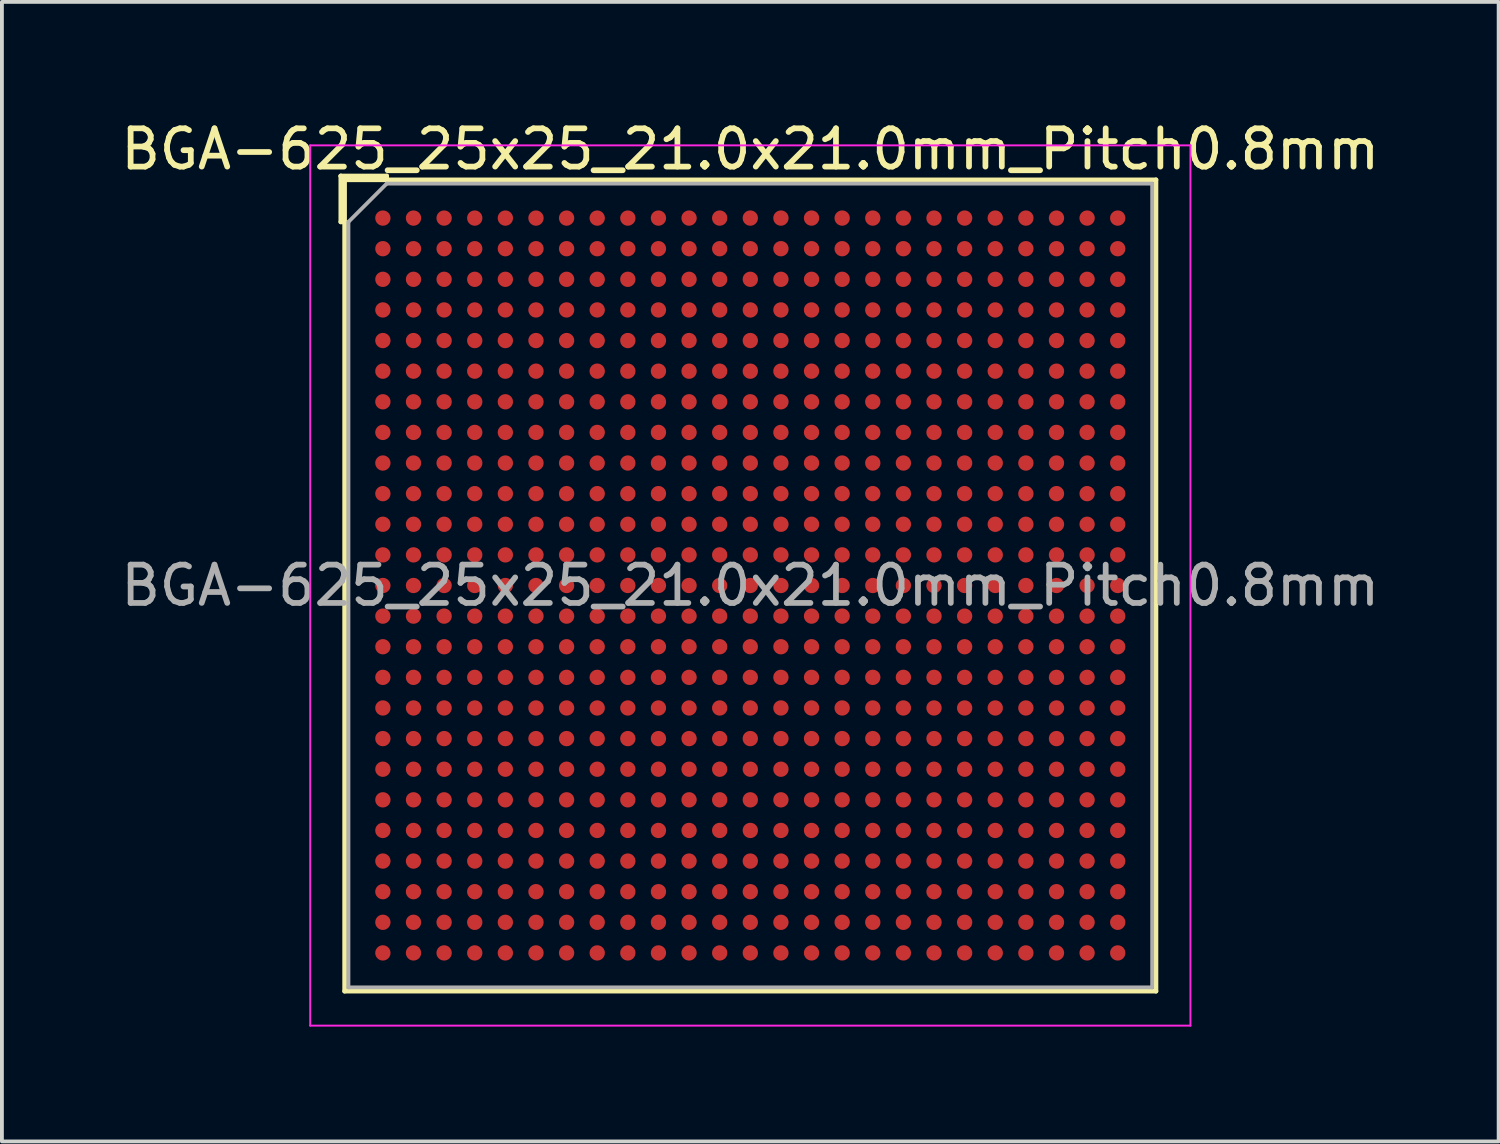
<source format=kicad_pcb>
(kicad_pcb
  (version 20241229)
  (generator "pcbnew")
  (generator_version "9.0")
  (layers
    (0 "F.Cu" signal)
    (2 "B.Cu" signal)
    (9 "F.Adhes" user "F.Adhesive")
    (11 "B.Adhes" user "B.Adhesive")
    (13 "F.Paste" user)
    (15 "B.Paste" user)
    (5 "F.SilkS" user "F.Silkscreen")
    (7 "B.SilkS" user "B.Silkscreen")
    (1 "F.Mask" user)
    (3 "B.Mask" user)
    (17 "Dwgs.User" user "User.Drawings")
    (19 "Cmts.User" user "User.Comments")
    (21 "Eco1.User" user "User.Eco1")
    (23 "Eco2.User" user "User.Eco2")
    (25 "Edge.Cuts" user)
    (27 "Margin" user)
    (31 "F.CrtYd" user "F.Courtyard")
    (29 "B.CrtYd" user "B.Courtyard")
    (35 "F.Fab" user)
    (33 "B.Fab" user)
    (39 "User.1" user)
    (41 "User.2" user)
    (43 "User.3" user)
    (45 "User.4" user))
  (footprint "BGA-625_25x25_21.0x21.0mm_Pitch0.8mm"
    (layer "F.Cu")
    (at 16.554 12.248)
    (property "Reference" "BGA-625_25x25_21.0x21.0mm_Pitch0.8mm" (at 0 -11.4 0) (layer "F.SilkS") (effects (font (size 1 1) (thickness 0.15))))
    (attr smd)
    (fp_line (start -10.7 -10.7) (end -10.7 -9.5) (stroke (width 0.12) (type solid)) (layer "F.SilkS"))
    (fp_line (start -10.7 -9.5) (end -10.6 -9.5) (stroke (width 0.12) (type solid)) (layer "F.SilkS"))
    (fp_line (start -10.6 -10.6) (end -10.7 -10.7) (stroke (width 0.12) (type solid)) (layer "F.SilkS"))
    (fp_line (start -10.6 -10.6) (end 10.6 -10.6) (stroke (width 0.12) (type solid)) (layer "F.SilkS"))
    (fp_line (start -10.6 10.6) (end -10.6 -10.6) (stroke (width 0.12) (type solid)) (layer "F.SilkS"))
    (fp_line (start -9.5 -10.7) (end -10.7 -10.7) (stroke (width 0.12) (type solid)) (layer "F.SilkS"))
    (fp_line (start -9.5 -10.6) (end -9.5 -10.7) (stroke (width 0.12) (type solid)) (layer "F.SilkS"))
    (fp_line (start 10.6 -10.6) (end 10.6 10.6) (stroke (width 0.12) (type solid)) (layer "F.SilkS"))
    (fp_line (start 10.6 10.6) (end -10.6 10.6) (stroke (width 0.12) (type solid)) (layer "F.SilkS"))
    (fp_line (start -11.5 -11.5) (end -11.5 11.5) (stroke (width 0.05) (type solid)) (layer "F.CrtYd"))
    (fp_line (start -11.5 -11.5) (end 11.5 -11.5) (stroke (width 0.05) (type solid)) (layer "F.CrtYd"))
    (fp_line (start 11.5 11.5) (end -11.5 11.5) (stroke (width 0.05) (type solid)) (layer "F.CrtYd"))
    (fp_line (start 11.5 11.5) (end 11.5 -11.5) (stroke (width 0.05) (type solid)) (layer "F.CrtYd"))
    (fp_line (start -10.5 -9.5) (end -9.5 -10.5) (stroke (width 0.1) (type solid)) (layer "F.Fab"))
    (fp_line (start -10.5 10.5) (end -10.5 -9.5) (stroke (width 0.1) (type solid)) (layer "F.Fab"))
    (fp_line (start -9.5 -10.5) (end 10.5 -10.5) (stroke (width 0.1) (type solid)) (layer "F.Fab"))
    (fp_line (start 10.5 -10.5) (end 10.5 10.5) (stroke (width 0.1) (type solid)) (layer "F.Fab"))
    (fp_line (start 10.5 10.5) (end -10.5 10.5) (stroke (width 0.1) (type solid)) (layer "F.Fab"))
    (fp_text user "${REFERENCE}" (at 0 0 0) (layer "F.Fab") (effects (font (size 1 1) (thickness 0.15))))
    (pad "A1" smd circle (at -9.6 -9.6) (size 0.4 0.4) (layers "F.Cu" "F.Mask" "F.Paste"))
    (pad "A2" smd circle (at -8.8 -9.6) (size 0.4 0.4) (layers "F.Cu" "F.Mask" "F.Paste"))
    (pad "A3" smd circle (at -8 -9.6) (size 0.4 0.4) (layers "F.Cu" "F.Mask" "F.Paste"))
    (pad "A4" smd circle (at -7.2 -9.6) (size 0.4 0.4) (layers "F.Cu" "F.Mask" "F.Paste"))
    (pad "A5" smd circle (at -6.4 -9.6) (size 0.4 0.4) (layers "F.Cu" "F.Mask" "F.Paste"))
    (pad "A6" smd circle (at -5.6 -9.6) (size 0.4 0.4) (layers "F.Cu" "F.Mask" "F.Paste"))
    (pad "A7" smd circle (at -4.8 -9.6) (size 0.4 0.4) (layers "F.Cu" "F.Mask" "F.Paste"))
    (pad "A8" smd circle (at -4 -9.6) (size 0.4 0.4) (layers "F.Cu" "F.Mask" "F.Paste"))
    (pad "A9" smd circle (at -3.2 -9.6) (size 0.4 0.4) (layers "F.Cu" "F.Mask" "F.Paste"))
    (pad "A10" smd circle (at -2.4 -9.6) (size 0.4 0.4) (layers "F.Cu" "F.Mask" "F.Paste"))
    (pad "A11" smd circle (at -1.6 -9.6) (size 0.4 0.4) (layers "F.Cu" "F.Mask" "F.Paste"))
    (pad "A12" smd circle (at -0.8 -9.6) (size 0.4 0.4) (layers "F.Cu" "F.Mask" "F.Paste"))
    (pad "A13" smd circle (at 0 -9.6) (size 0.4 0.4) (layers "F.Cu" "F.Mask" "F.Paste"))
    (pad "A14" smd circle (at 0.8 -9.6) (size 0.4 0.4) (layers "F.Cu" "F.Mask" "F.Paste"))
    (pad "A15" smd circle (at 1.6 -9.6) (size 0.4 0.4) (layers "F.Cu" "F.Mask" "F.Paste"))
    (pad "A16" smd circle (at 2.4 -9.6) (size 0.4 0.4) (layers "F.Cu" "F.Mask" "F.Paste"))
    (pad "A17" smd circle (at 3.2 -9.6) (size 0.4 0.4) (layers "F.Cu" "F.Mask" "F.Paste"))
    (pad "A18" smd circle (at 4 -9.6) (size 0.4 0.4) (layers "F.Cu" "F.Mask" "F.Paste"))
    (pad "A19" smd circle (at 4.8 -9.6) (size 0.4 0.4) (layers "F.Cu" "F.Mask" "F.Paste"))
    (pad "A20" smd circle (at 5.6 -9.6) (size 0.4 0.4) (layers "F.Cu" "F.Mask" "F.Paste"))
    (pad "A21" smd circle (at 6.4 -9.6) (size 0.4 0.4) (layers "F.Cu" "F.Mask" "F.Paste"))
    (pad "A22" smd circle (at 7.2 -9.6) (size 0.4 0.4) (layers "F.Cu" "F.Mask" "F.Paste"))
    (pad "A23" smd circle (at 8 -9.6) (size 0.4 0.4) (layers "F.Cu" "F.Mask" "F.Paste"))
    (pad "A24" smd circle (at 8.8 -9.6) (size 0.4 0.4) (layers "F.Cu" "F.Mask" "F.Paste"))
    (pad "A25" smd circle (at 9.6 -9.6) (size 0.4 0.4) (layers "F.Cu" "F.Mask" "F.Paste"))
    (pad "AA1" smd circle (at -9.6 6.4) (size 0.4 0.4) (layers "F.Cu" "F.Mask" "F.Paste"))
    (pad "AA2" smd circle (at -8.8 6.4) (size 0.4 0.4) (layers "F.Cu" "F.Mask" "F.Paste"))
    (pad "AA3" smd circle (at -8 6.4) (size 0.4 0.4) (layers "F.Cu" "F.Mask" "F.Paste"))
    (pad "AA4" smd circle (at -7.2 6.4) (size 0.4 0.4) (layers "F.Cu" "F.Mask" "F.Paste"))
    (pad "AA5" smd circle (at -6.4 6.4) (size 0.4 0.4) (layers "F.Cu" "F.Mask" "F.Paste"))
    (pad "AA6" smd circle (at -5.6 6.4) (size 0.4 0.4) (layers "F.Cu" "F.Mask" "F.Paste"))
    (pad "AA7" smd circle (at -4.8 6.4) (size 0.4 0.4) (layers "F.Cu" "F.Mask" "F.Paste"))
    (pad "AA8" smd circle (at -4 6.4) (size 0.4 0.4) (layers "F.Cu" "F.Mask" "F.Paste"))
    (pad "AA9" smd circle (at -3.2 6.4) (size 0.4 0.4) (layers "F.Cu" "F.Mask" "F.Paste"))
    (pad "AA10" smd circle (at -2.4 6.4) (size 0.4 0.4) (layers "F.Cu" "F.Mask" "F.Paste"))
    (pad "AA11" smd circle (at -1.6 6.4) (size 0.4 0.4) (layers "F.Cu" "F.Mask" "F.Paste"))
    (pad "AA12" smd circle (at -0.8 6.4) (size 0.4 0.4) (layers "F.Cu" "F.Mask" "F.Paste"))
    (pad "AA13" smd circle (at 0 6.4) (size 0.4 0.4) (layers "F.Cu" "F.Mask" "F.Paste"))
    (pad "AA14" smd circle (at 0.8 6.4) (size 0.4 0.4) (layers "F.Cu" "F.Mask" "F.Paste"))
    (pad "AA15" smd circle (at 1.6 6.4) (size 0.4 0.4) (layers "F.Cu" "F.Mask" "F.Paste"))
    (pad "AA16" smd circle (at 2.4 6.4) (size 0.4 0.4) (layers "F.Cu" "F.Mask" "F.Paste"))
    (pad "AA17" smd circle (at 3.2 6.4) (size 0.4 0.4) (layers "F.Cu" "F.Mask" "F.Paste"))
    (pad "AA18" smd circle (at 4 6.4) (size 0.4 0.4) (layers "F.Cu" "F.Mask" "F.Paste"))
    (pad "AA19" smd circle (at 4.8 6.4) (size 0.4 0.4) (layers "F.Cu" "F.Mask" "F.Paste"))
    (pad "AA20" smd circle (at 5.6 6.4) (size 0.4 0.4) (layers "F.Cu" "F.Mask" "F.Paste"))
    (pad "AA21" smd circle (at 6.4 6.4) (size 0.4 0.4) (layers "F.Cu" "F.Mask" "F.Paste"))
    (pad "AA22" smd circle (at 7.2 6.4) (size 0.4 0.4) (layers "F.Cu" "F.Mask" "F.Paste"))
    (pad "AA23" smd circle (at 8 6.4) (size 0.4 0.4) (layers "F.Cu" "F.Mask" "F.Paste"))
    (pad "AA24" smd circle (at 8.8 6.4) (size 0.4 0.4) (layers "F.Cu" "F.Mask" "F.Paste"))
    (pad "AA25" smd circle (at 9.6 6.4) (size 0.4 0.4) (layers "F.Cu" "F.Mask" "F.Paste"))
    (pad "AB1" smd circle (at -9.6 7.2) (size 0.4 0.4) (layers "F.Cu" "F.Mask" "F.Paste"))
    (pad "AB2" smd circle (at -8.8 7.2) (size 0.4 0.4) (layers "F.Cu" "F.Mask" "F.Paste"))
    (pad "AB3" smd circle (at -8 7.2) (size 0.4 0.4) (layers "F.Cu" "F.Mask" "F.Paste"))
    (pad "AB4" smd circle (at -7.2 7.2) (size 0.4 0.4) (layers "F.Cu" "F.Mask" "F.Paste"))
    (pad "AB5" smd circle (at -6.4 7.2) (size 0.4 0.4) (layers "F.Cu" "F.Mask" "F.Paste"))
    (pad "AB6" smd circle (at -5.6 7.2) (size 0.4 0.4) (layers "F.Cu" "F.Mask" "F.Paste"))
    (pad "AB7" smd circle (at -4.8 7.2) (size 0.4 0.4) (layers "F.Cu" "F.Mask" "F.Paste"))
    (pad "AB8" smd circle (at -4 7.2) (size 0.4 0.4) (layers "F.Cu" "F.Mask" "F.Paste"))
    (pad "AB9" smd circle (at -3.2 7.2) (size 0.4 0.4) (layers "F.Cu" "F.Mask" "F.Paste"))
    (pad "AB10" smd circle (at -2.4 7.2) (size 0.4 0.4) (layers "F.Cu" "F.Mask" "F.Paste"))
    (pad "AB11" smd circle (at -1.6 7.2) (size 0.4 0.4) (layers "F.Cu" "F.Mask" "F.Paste"))
    (pad "AB12" smd circle (at -0.8 7.2) (size 0.4 0.4) (layers "F.Cu" "F.Mask" "F.Paste"))
    (pad "AB13" smd circle (at 0 7.2) (size 0.4 0.4) (layers "F.Cu" "F.Mask" "F.Paste"))
    (pad "AB14" smd circle (at 0.8 7.2) (size 0.4 0.4) (layers "F.Cu" "F.Mask" "F.Paste"))
    (pad "AB15" smd circle (at 1.6 7.2) (size 0.4 0.4) (layers "F.Cu" "F.Mask" "F.Paste"))
    (pad "AB16" smd circle (at 2.4 7.2) (size 0.4 0.4) (layers "F.Cu" "F.Mask" "F.Paste"))
    (pad "AB17" smd circle (at 3.2 7.2) (size 0.4 0.4) (layers "F.Cu" "F.Mask" "F.Paste"))
    (pad "AB18" smd circle (at 4 7.2) (size 0.4 0.4) (layers "F.Cu" "F.Mask" "F.Paste"))
    (pad "AB19" smd circle (at 4.8 7.2) (size 0.4 0.4) (layers "F.Cu" "F.Mask" "F.Paste"))
    (pad "AB20" smd circle (at 5.6 7.2) (size 0.4 0.4) (layers "F.Cu" "F.Mask" "F.Paste"))
    (pad "AB21" smd circle (at 6.4 7.2) (size 0.4 0.4) (layers "F.Cu" "F.Mask" "F.Paste"))
    (pad "AB22" smd circle (at 7.2 7.2) (size 0.4 0.4) (layers "F.Cu" "F.Mask" "F.Paste"))
    (pad "AB23" smd circle (at 8 7.2) (size 0.4 0.4) (layers "F.Cu" "F.Mask" "F.Paste"))
    (pad "AB24" smd circle (at 8.8 7.2) (size 0.4 0.4) (layers "F.Cu" "F.Mask" "F.Paste"))
    (pad "AB25" smd circle (at 9.6 7.2) (size 0.4 0.4) (layers "F.Cu" "F.Mask" "F.Paste"))
    (pad "AC1" smd circle (at -9.6 8) (size 0.4 0.4) (layers "F.Cu" "F.Mask" "F.Paste"))
    (pad "AC2" smd circle (at -8.8 8) (size 0.4 0.4) (layers "F.Cu" "F.Mask" "F.Paste"))
    (pad "AC3" smd circle (at -8 8) (size 0.4 0.4) (layers "F.Cu" "F.Mask" "F.Paste"))
    (pad "AC4" smd circle (at -7.2 8) (size 0.4 0.4) (layers "F.Cu" "F.Mask" "F.Paste"))
    (pad "AC5" smd circle (at -6.4 8) (size 0.4 0.4) (layers "F.Cu" "F.Mask" "F.Paste"))
    (pad "AC6" smd circle (at -5.6 8) (size 0.4 0.4) (layers "F.Cu" "F.Mask" "F.Paste"))
    (pad "AC7" smd circle (at -4.8 8) (size 0.4 0.4) (layers "F.Cu" "F.Mask" "F.Paste"))
    (pad "AC8" smd circle (at -4 8) (size 0.4 0.4) (layers "F.Cu" "F.Mask" "F.Paste"))
    (pad "AC9" smd circle (at -3.2 8) (size 0.4 0.4) (layers "F.Cu" "F.Mask" "F.Paste"))
    (pad "AC10" smd circle (at -2.4 8) (size 0.4 0.4) (layers "F.Cu" "F.Mask" "F.Paste"))
    (pad "AC11" smd circle (at -1.6 8) (size 0.4 0.4) (layers "F.Cu" "F.Mask" "F.Paste"))
    (pad "AC12" smd circle (at -0.8 8) (size 0.4 0.4) (layers "F.Cu" "F.Mask" "F.Paste"))
    (pad "AC13" smd circle (at 0 8) (size 0.4 0.4) (layers "F.Cu" "F.Mask" "F.Paste"))
    (pad "AC14" smd circle (at 0.8 8) (size 0.4 0.4) (layers "F.Cu" "F.Mask" "F.Paste"))
    (pad "AC15" smd circle (at 1.6 8) (size 0.4 0.4) (layers "F.Cu" "F.Mask" "F.Paste"))
    (pad "AC16" smd circle (at 2.4 8) (size 0.4 0.4) (layers "F.Cu" "F.Mask" "F.Paste"))
    (pad "AC17" smd circle (at 3.2 8) (size 0.4 0.4) (layers "F.Cu" "F.Mask" "F.Paste"))
    (pad "AC18" smd circle (at 4 8) (size 0.4 0.4) (layers "F.Cu" "F.Mask" "F.Paste"))
    (pad "AC19" smd circle (at 4.8 8) (size 0.4 0.4) (layers "F.Cu" "F.Mask" "F.Paste"))
    (pad "AC20" smd circle (at 5.6 8) (size 0.4 0.4) (layers "F.Cu" "F.Mask" "F.Paste"))
    (pad "AC21" smd circle (at 6.4 8) (size 0.4 0.4) (layers "F.Cu" "F.Mask" "F.Paste"))
    (pad "AC22" smd circle (at 7.2 8) (size 0.4 0.4) (layers "F.Cu" "F.Mask" "F.Paste"))
    (pad "AC23" smd circle (at 8 8) (size 0.4 0.4) (layers "F.Cu" "F.Mask" "F.Paste"))
    (pad "AC24" smd circle (at 8.8 8) (size 0.4 0.4) (layers "F.Cu" "F.Mask" "F.Paste"))
    (pad "AC25" smd circle (at 9.6 8) (size 0.4 0.4) (layers "F.Cu" "F.Mask" "F.Paste"))
    (pad "AD1" smd circle (at -9.6 8.8) (size 0.4 0.4) (layers "F.Cu" "F.Mask" "F.Paste"))
    (pad "AD2" smd circle (at -8.8 8.8) (size 0.4 0.4) (layers "F.Cu" "F.Mask" "F.Paste"))
    (pad "AD3" smd circle (at -8 8.8) (size 0.4 0.4) (layers "F.Cu" "F.Mask" "F.Paste"))
    (pad "AD4" smd circle (at -7.2 8.8) (size 0.4 0.4) (layers "F.Cu" "F.Mask" "F.Paste"))
    (pad "AD5" smd circle (at -6.4 8.8) (size 0.4 0.4) (layers "F.Cu" "F.Mask" "F.Paste"))
    (pad "AD6" smd circle (at -5.6 8.8) (size 0.4 0.4) (layers "F.Cu" "F.Mask" "F.Paste"))
    (pad "AD7" smd circle (at -4.8 8.8) (size 0.4 0.4) (layers "F.Cu" "F.Mask" "F.Paste"))
    (pad "AD8" smd circle (at -4 8.8) (size 0.4 0.4) (layers "F.Cu" "F.Mask" "F.Paste"))
    (pad "AD9" smd circle (at -3.2 8.8) (size 0.4 0.4) (layers "F.Cu" "F.Mask" "F.Paste"))
    (pad "AD10" smd circle (at -2.4 8.8) (size 0.4 0.4) (layers "F.Cu" "F.Mask" "F.Paste"))
    (pad "AD11" smd circle (at -1.6 8.8) (size 0.4 0.4) (layers "F.Cu" "F.Mask" "F.Paste"))
    (pad "AD12" smd circle (at -0.8 8.8) (size 0.4 0.4) (layers "F.Cu" "F.Mask" "F.Paste"))
    (pad "AD13" smd circle (at 0 8.8) (size 0.4 0.4) (layers "F.Cu" "F.Mask" "F.Paste"))
    (pad "AD14" smd circle (at 0.8 8.8) (size 0.4 0.4) (layers "F.Cu" "F.Mask" "F.Paste"))
    (pad "AD15" smd circle (at 1.6 8.8) (size 0.4 0.4) (layers "F.Cu" "F.Mask" "F.Paste"))
    (pad "AD16" smd circle (at 2.4 8.8) (size 0.4 0.4) (layers "F.Cu" "F.Mask" "F.Paste"))
    (pad "AD17" smd circle (at 3.2 8.8) (size 0.4 0.4) (layers "F.Cu" "F.Mask" "F.Paste"))
    (pad "AD18" smd circle (at 4 8.8) (size 0.4 0.4) (layers "F.Cu" "F.Mask" "F.Paste"))
    (pad "AD19" smd circle (at 4.8 8.8) (size 0.4 0.4) (layers "F.Cu" "F.Mask" "F.Paste"))
    (pad "AD20" smd circle (at 5.6 8.8) (size 0.4 0.4) (layers "F.Cu" "F.Mask" "F.Paste"))
    (pad "AD21" smd circle (at 6.4 8.8) (size 0.4 0.4) (layers "F.Cu" "F.Mask" "F.Paste"))
    (pad "AD22" smd circle (at 7.2 8.8) (size 0.4 0.4) (layers "F.Cu" "F.Mask" "F.Paste"))
    (pad "AD23" smd circle (at 8 8.8) (size 0.4 0.4) (layers "F.Cu" "F.Mask" "F.Paste"))
    (pad "AD24" smd circle (at 8.8 8.8) (size 0.4 0.4) (layers "F.Cu" "F.Mask" "F.Paste"))
    (pad "AD25" smd circle (at 9.6 8.8) (size 0.4 0.4) (layers "F.Cu" "F.Mask" "F.Paste"))
    (pad "AE1" smd circle (at -9.6 9.6) (size 0.4 0.4) (layers "F.Cu" "F.Mask" "F.Paste"))
    (pad "AE2" smd circle (at -8.8 9.6) (size 0.4 0.4) (layers "F.Cu" "F.Mask" "F.Paste"))
    (pad "AE3" smd circle (at -8 9.6) (size 0.4 0.4) (layers "F.Cu" "F.Mask" "F.Paste"))
    (pad "AE4" smd circle (at -7.2 9.6) (size 0.4 0.4) (layers "F.Cu" "F.Mask" "F.Paste"))
    (pad "AE5" smd circle (at -6.4 9.6) (size 0.4 0.4) (layers "F.Cu" "F.Mask" "F.Paste"))
    (pad "AE6" smd circle (at -5.6 9.6) (size 0.4 0.4) (layers "F.Cu" "F.Mask" "F.Paste"))
    (pad "AE7" smd circle (at -4.8 9.6) (size 0.4 0.4) (layers "F.Cu" "F.Mask" "F.Paste"))
    (pad "AE8" smd circle (at -4 9.6) (size 0.4 0.4) (layers "F.Cu" "F.Mask" "F.Paste"))
    (pad "AE9" smd circle (at -3.2 9.6) (size 0.4 0.4) (layers "F.Cu" "F.Mask" "F.Paste"))
    (pad "AE10" smd circle (at -2.4 9.6) (size 0.4 0.4) (layers "F.Cu" "F.Mask" "F.Paste"))
    (pad "AE11" smd circle (at -1.6 9.6) (size 0.4 0.4) (layers "F.Cu" "F.Mask" "F.Paste"))
    (pad "AE12" smd circle (at -0.8 9.6) (size 0.4 0.4) (layers "F.Cu" "F.Mask" "F.Paste"))
    (pad "AE13" smd circle (at 0 9.6) (size 0.4 0.4) (layers "F.Cu" "F.Mask" "F.Paste"))
    (pad "AE14" smd circle (at 0.8 9.6) (size 0.4 0.4) (layers "F.Cu" "F.Mask" "F.Paste"))
    (pad "AE15" smd circle (at 1.6 9.6) (size 0.4 0.4) (layers "F.Cu" "F.Mask" "F.Paste"))
    (pad "AE16" smd circle (at 2.4 9.6) (size 0.4 0.4) (layers "F.Cu" "F.Mask" "F.Paste"))
    (pad "AE17" smd circle (at 3.2 9.6) (size 0.4 0.4) (layers "F.Cu" "F.Mask" "F.Paste"))
    (pad "AE18" smd circle (at 4 9.6) (size 0.4 0.4) (layers "F.Cu" "F.Mask" "F.Paste"))
    (pad "AE19" smd circle (at 4.8 9.6) (size 0.4 0.4) (layers "F.Cu" "F.Mask" "F.Paste"))
    (pad "AE20" smd circle (at 5.6 9.6) (size 0.4 0.4) (layers "F.Cu" "F.Mask" "F.Paste"))
    (pad "AE21" smd circle (at 6.4 9.6) (size 0.4 0.4) (layers "F.Cu" "F.Mask" "F.Paste"))
    (pad "AE22" smd circle (at 7.2 9.6) (size 0.4 0.4) (layers "F.Cu" "F.Mask" "F.Paste"))
    (pad "AE23" smd circle (at 8 9.6) (size 0.4 0.4) (layers "F.Cu" "F.Mask" "F.Paste"))
    (pad "AE24" smd circle (at 8.8 9.6) (size 0.4 0.4) (layers "F.Cu" "F.Mask" "F.Paste"))
    (pad "AE25" smd circle (at 9.6 9.6) (size 0.4 0.4) (layers "F.Cu" "F.Mask" "F.Paste"))
    (pad "B1" smd circle (at -9.6 -8.8) (size 0.4 0.4) (layers "F.Cu" "F.Mask" "F.Paste"))
    (pad "B2" smd circle (at -8.8 -8.8) (size 0.4 0.4) (layers "F.Cu" "F.Mask" "F.Paste"))
    (pad "B3" smd circle (at -8 -8.8) (size 0.4 0.4) (layers "F.Cu" "F.Mask" "F.Paste"))
    (pad "B4" smd circle (at -7.2 -8.8) (size 0.4 0.4) (layers "F.Cu" "F.Mask" "F.Paste"))
    (pad "B5" smd circle (at -6.4 -8.8) (size 0.4 0.4) (layers "F.Cu" "F.Mask" "F.Paste"))
    (pad "B6" smd circle (at -5.6 -8.8) (size 0.4 0.4) (layers "F.Cu" "F.Mask" "F.Paste"))
    (pad "B7" smd circle (at -4.8 -8.8) (size 0.4 0.4) (layers "F.Cu" "F.Mask" "F.Paste"))
    (pad "B8" smd circle (at -4 -8.8) (size 0.4 0.4) (layers "F.Cu" "F.Mask" "F.Paste"))
    (pad "B9" smd circle (at -3.2 -8.8) (size 0.4 0.4) (layers "F.Cu" "F.Mask" "F.Paste"))
    (pad "B10" smd circle (at -2.4 -8.8) (size 0.4 0.4) (layers "F.Cu" "F.Mask" "F.Paste"))
    (pad "B11" smd circle (at -1.6 -8.8) (size 0.4 0.4) (layers "F.Cu" "F.Mask" "F.Paste"))
    (pad "B12" smd circle (at -0.8 -8.8) (size 0.4 0.4) (layers "F.Cu" "F.Mask" "F.Paste"))
    (pad "B13" smd circle (at 0 -8.8) (size 0.4 0.4) (layers "F.Cu" "F.Mask" "F.Paste"))
    (pad "B14" smd circle (at 0.8 -8.8) (size 0.4 0.4) (layers "F.Cu" "F.Mask" "F.Paste"))
    (pad "B15" smd circle (at 1.6 -8.8) (size 0.4 0.4) (layers "F.Cu" "F.Mask" "F.Paste"))
    (pad "B16" smd circle (at 2.4 -8.8) (size 0.4 0.4) (layers "F.Cu" "F.Mask" "F.Paste"))
    (pad "B17" smd circle (at 3.2 -8.8) (size 0.4 0.4) (layers "F.Cu" "F.Mask" "F.Paste"))
    (pad "B18" smd circle (at 4 -8.8) (size 0.4 0.4) (layers "F.Cu" "F.Mask" "F.Paste"))
    (pad "B19" smd circle (at 4.8 -8.8) (size 0.4 0.4) (layers "F.Cu" "F.Mask" "F.Paste"))
    (pad "B20" smd circle (at 5.6 -8.8) (size 0.4 0.4) (layers "F.Cu" "F.Mask" "F.Paste"))
    (pad "B21" smd circle (at 6.4 -8.8) (size 0.4 0.4) (layers "F.Cu" "F.Mask" "F.Paste"))
    (pad "B22" smd circle (at 7.2 -8.8) (size 0.4 0.4) (layers "F.Cu" "F.Mask" "F.Paste"))
    (pad "B23" smd circle (at 8 -8.8) (size 0.4 0.4) (layers "F.Cu" "F.Mask" "F.Paste"))
    (pad "B24" smd circle (at 8.8 -8.8) (size 0.4 0.4) (layers "F.Cu" "F.Mask" "F.Paste"))
    (pad "B25" smd circle (at 9.6 -8.8) (size 0.4 0.4) (layers "F.Cu" "F.Mask" "F.Paste"))
    (pad "C1" smd circle (at -9.6 -8) (size 0.4 0.4) (layers "F.Cu" "F.Mask" "F.Paste"))
    (pad "C2" smd circle (at -8.8 -8) (size 0.4 0.4) (layers "F.Cu" "F.Mask" "F.Paste"))
    (pad "C3" smd circle (at -8 -8) (size 0.4 0.4) (layers "F.Cu" "F.Mask" "F.Paste"))
    (pad "C4" smd circle (at -7.2 -8) (size 0.4 0.4) (layers "F.Cu" "F.Mask" "F.Paste"))
    (pad "C5" smd circle (at -6.4 -8) (size 0.4 0.4) (layers "F.Cu" "F.Mask" "F.Paste"))
    (pad "C6" smd circle (at -5.6 -8) (size 0.4 0.4) (layers "F.Cu" "F.Mask" "F.Paste"))
    (pad "C7" smd circle (at -4.8 -8) (size 0.4 0.4) (layers "F.Cu" "F.Mask" "F.Paste"))
    (pad "C8" smd circle (at -4 -8) (size 0.4 0.4) (layers "F.Cu" "F.Mask" "F.Paste"))
    (pad "C9" smd circle (at -3.2 -8) (size 0.4 0.4) (layers "F.Cu" "F.Mask" "F.Paste"))
    (pad "C10" smd circle (at -2.4 -8) (size 0.4 0.4) (layers "F.Cu" "F.Mask" "F.Paste"))
    (pad "C11" smd circle (at -1.6 -8) (size 0.4 0.4) (layers "F.Cu" "F.Mask" "F.Paste"))
    (pad "C12" smd circle (at -0.8 -8) (size 0.4 0.4) (layers "F.Cu" "F.Mask" "F.Paste"))
    (pad "C13" smd circle (at 0 -8) (size 0.4 0.4) (layers "F.Cu" "F.Mask" "F.Paste"))
    (pad "C14" smd circle (at 0.8 -8) (size 0.4 0.4) (layers "F.Cu" "F.Mask" "F.Paste"))
    (pad "C15" smd circle (at 1.6 -8) (size 0.4 0.4) (layers "F.Cu" "F.Mask" "F.Paste"))
    (pad "C16" smd circle (at 2.4 -8) (size 0.4 0.4) (layers "F.Cu" "F.Mask" "F.Paste"))
    (pad "C17" smd circle (at 3.2 -8) (size 0.4 0.4) (layers "F.Cu" "F.Mask" "F.Paste"))
    (pad "C18" smd circle (at 4 -8) (size 0.4 0.4) (layers "F.Cu" "F.Mask" "F.Paste"))
    (pad "C19" smd circle (at 4.8 -8) (size 0.4 0.4) (layers "F.Cu" "F.Mask" "F.Paste"))
    (pad "C20" smd circle (at 5.6 -8) (size 0.4 0.4) (layers "F.Cu" "F.Mask" "F.Paste"))
    (pad "C21" smd circle (at 6.4 -8) (size 0.4 0.4) (layers "F.Cu" "F.Mask" "F.Paste"))
    (pad "C22" smd circle (at 7.2 -8) (size 0.4 0.4) (layers "F.Cu" "F.Mask" "F.Paste"))
    (pad "C23" smd circle (at 8 -8) (size 0.4 0.4) (layers "F.Cu" "F.Mask" "F.Paste"))
    (pad "C24" smd circle (at 8.8 -8) (size 0.4 0.4) (layers "F.Cu" "F.Mask" "F.Paste"))
    (pad "C25" smd circle (at 9.6 -8) (size 0.4 0.4) (layers "F.Cu" "F.Mask" "F.Paste"))
    (pad "D1" smd circle (at -9.6 -7.2) (size 0.4 0.4) (layers "F.Cu" "F.Mask" "F.Paste"))
    (pad "D2" smd circle (at -8.8 -7.2) (size 0.4 0.4) (layers "F.Cu" "F.Mask" "F.Paste"))
    (pad "D3" smd circle (at -8 -7.2) (size 0.4 0.4) (layers "F.Cu" "F.Mask" "F.Paste"))
    (pad "D4" smd circle (at -7.2 -7.2) (size 0.4 0.4) (layers "F.Cu" "F.Mask" "F.Paste"))
    (pad "D5" smd circle (at -6.4 -7.2) (size 0.4 0.4) (layers "F.Cu" "F.Mask" "F.Paste"))
    (pad "D6" smd circle (at -5.6 -7.2) (size 0.4 0.4) (layers "F.Cu" "F.Mask" "F.Paste"))
    (pad "D7" smd circle (at -4.8 -7.2) (size 0.4 0.4) (layers "F.Cu" "F.Mask" "F.Paste"))
    (pad "D8" smd circle (at -4 -7.2) (size 0.4 0.4) (layers "F.Cu" "F.Mask" "F.Paste"))
    (pad "D9" smd circle (at -3.2 -7.2) (size 0.4 0.4) (layers "F.Cu" "F.Mask" "F.Paste"))
    (pad "D10" smd circle (at -2.4 -7.2) (size 0.4 0.4) (layers "F.Cu" "F.Mask" "F.Paste"))
    (pad "D11" smd circle (at -1.6 -7.2) (size 0.4 0.4) (layers "F.Cu" "F.Mask" "F.Paste"))
    (pad "D12" smd circle (at -0.8 -7.2) (size 0.4 0.4) (layers "F.Cu" "F.Mask" "F.Paste"))
    (pad "D13" smd circle (at 0 -7.2) (size 0.4 0.4) (layers "F.Cu" "F.Mask" "F.Paste"))
    (pad "D14" smd circle (at 0.8 -7.2) (size 0.4 0.4) (layers "F.Cu" "F.Mask" "F.Paste"))
    (pad "D15" smd circle (at 1.6 -7.2) (size 0.4 0.4) (layers "F.Cu" "F.Mask" "F.Paste"))
    (pad "D16" smd circle (at 2.4 -7.2) (size 0.4 0.4) (layers "F.Cu" "F.Mask" "F.Paste"))
    (pad "D17" smd circle (at 3.2 -7.2) (size 0.4 0.4) (layers "F.Cu" "F.Mask" "F.Paste"))
    (pad "D18" smd circle (at 4 -7.2) (size 0.4 0.4) (layers "F.Cu" "F.Mask" "F.Paste"))
    (pad "D19" smd circle (at 4.8 -7.2) (size 0.4 0.4) (layers "F.Cu" "F.Mask" "F.Paste"))
    (pad "D20" smd circle (at 5.6 -7.2) (size 0.4 0.4) (layers "F.Cu" "F.Mask" "F.Paste"))
    (pad "D21" smd circle (at 6.4 -7.2) (size 0.4 0.4) (layers "F.Cu" "F.Mask" "F.Paste"))
    (pad "D22" smd circle (at 7.2 -7.2) (size 0.4 0.4) (layers "F.Cu" "F.Mask" "F.Paste"))
    (pad "D23" smd circle (at 8 -7.2) (size 0.4 0.4) (layers "F.Cu" "F.Mask" "F.Paste"))
    (pad "D24" smd circle (at 8.8 -7.2) (size 0.4 0.4) (layers "F.Cu" "F.Mask" "F.Paste"))
    (pad "D25" smd circle (at 9.6 -7.2) (size 0.4 0.4) (layers "F.Cu" "F.Mask" "F.Paste"))
    (pad "E1" smd circle (at -9.6 -6.4) (size 0.4 0.4) (layers "F.Cu" "F.Mask" "F.Paste"))
    (pad "E2" smd circle (at -8.8 -6.4) (size 0.4 0.4) (layers "F.Cu" "F.Mask" "F.Paste"))
    (pad "E3" smd circle (at -8 -6.4) (size 0.4 0.4) (layers "F.Cu" "F.Mask" "F.Paste"))
    (pad "E4" smd circle (at -7.2 -6.4) (size 0.4 0.4) (layers "F.Cu" "F.Mask" "F.Paste"))
    (pad "E5" smd circle (at -6.4 -6.4) (size 0.4 0.4) (layers "F.Cu" "F.Mask" "F.Paste"))
    (pad "E6" smd circle (at -5.6 -6.4) (size 0.4 0.4) (layers "F.Cu" "F.Mask" "F.Paste"))
    (pad "E7" smd circle (at -4.8 -6.4) (size 0.4 0.4) (layers "F.Cu" "F.Mask" "F.Paste"))
    (pad "E8" smd circle (at -4 -6.4) (size 0.4 0.4) (layers "F.Cu" "F.Mask" "F.Paste"))
    (pad "E9" smd circle (at -3.2 -6.4) (size 0.4 0.4) (layers "F.Cu" "F.Mask" "F.Paste"))
    (pad "E10" smd circle (at -2.4 -6.4) (size 0.4 0.4) (layers "F.Cu" "F.Mask" "F.Paste"))
    (pad "E11" smd circle (at -1.6 -6.4) (size 0.4 0.4) (layers "F.Cu" "F.Mask" "F.Paste"))
    (pad "E12" smd circle (at -0.8 -6.4) (size 0.4 0.4) (layers "F.Cu" "F.Mask" "F.Paste"))
    (pad "E13" smd circle (at 0 -6.4) (size 0.4 0.4) (layers "F.Cu" "F.Mask" "F.Paste"))
    (pad "E14" smd circle (at 0.8 -6.4) (size 0.4 0.4) (layers "F.Cu" "F.Mask" "F.Paste"))
    (pad "E15" smd circle (at 1.6 -6.4) (size 0.4 0.4) (layers "F.Cu" "F.Mask" "F.Paste"))
    (pad "E16" smd circle (at 2.4 -6.4) (size 0.4 0.4) (layers "F.Cu" "F.Mask" "F.Paste"))
    (pad "E17" smd circle (at 3.2 -6.4) (size 0.4 0.4) (layers "F.Cu" "F.Mask" "F.Paste"))
    (pad "E18" smd circle (at 4 -6.4) (size 0.4 0.4) (layers "F.Cu" "F.Mask" "F.Paste"))
    (pad "E19" smd circle (at 4.8 -6.4) (size 0.4 0.4) (layers "F.Cu" "F.Mask" "F.Paste"))
    (pad "E20" smd circle (at 5.6 -6.4) (size 0.4 0.4) (layers "F.Cu" "F.Mask" "F.Paste"))
    (pad "E21" smd circle (at 6.4 -6.4) (size 0.4 0.4) (layers "F.Cu" "F.Mask" "F.Paste"))
    (pad "E22" smd circle (at 7.2 -6.4) (size 0.4 0.4) (layers "F.Cu" "F.Mask" "F.Paste"))
    (pad "E23" smd circle (at 8 -6.4) (size 0.4 0.4) (layers "F.Cu" "F.Mask" "F.Paste"))
    (pad "E24" smd circle (at 8.8 -6.4) (size 0.4 0.4) (layers "F.Cu" "F.Mask" "F.Paste"))
    (pad "E25" smd circle (at 9.6 -6.4) (size 0.4 0.4) (layers "F.Cu" "F.Mask" "F.Paste"))
    (pad "F1" smd circle (at -9.6 -5.6) (size 0.4 0.4) (layers "F.Cu" "F.Mask" "F.Paste"))
    (pad "F2" smd circle (at -8.8 -5.6) (size 0.4 0.4) (layers "F.Cu" "F.Mask" "F.Paste"))
    (pad "F3" smd circle (at -8 -5.6) (size 0.4 0.4) (layers "F.Cu" "F.Mask" "F.Paste"))
    (pad "F4" smd circle (at -7.2 -5.6) (size 0.4 0.4) (layers "F.Cu" "F.Mask" "F.Paste"))
    (pad "F5" smd circle (at -6.4 -5.6) (size 0.4 0.4) (layers "F.Cu" "F.Mask" "F.Paste"))
    (pad "F6" smd circle (at -5.6 -5.6) (size 0.4 0.4) (layers "F.Cu" "F.Mask" "F.Paste"))
    (pad "F7" smd circle (at -4.8 -5.6) (size 0.4 0.4) (layers "F.Cu" "F.Mask" "F.Paste"))
    (pad "F8" smd circle (at -4 -5.6) (size 0.4 0.4) (layers "F.Cu" "F.Mask" "F.Paste"))
    (pad "F9" smd circle (at -3.2 -5.6) (size 0.4 0.4) (layers "F.Cu" "F.Mask" "F.Paste"))
    (pad "F10" smd circle (at -2.4 -5.6) (size 0.4 0.4) (layers "F.Cu" "F.Mask" "F.Paste"))
    (pad "F11" smd circle (at -1.6 -5.6) (size 0.4 0.4) (layers "F.Cu" "F.Mask" "F.Paste"))
    (pad "F12" smd circle (at -0.8 -5.6) (size 0.4 0.4) (layers "F.Cu" "F.Mask" "F.Paste"))
    (pad "F13" smd circle (at 0 -5.6) (size 0.4 0.4) (layers "F.Cu" "F.Mask" "F.Paste"))
    (pad "F14" smd circle (at 0.8 -5.6) (size 0.4 0.4) (layers "F.Cu" "F.Mask" "F.Paste"))
    (pad "F15" smd circle (at 1.6 -5.6) (size 0.4 0.4) (layers "F.Cu" "F.Mask" "F.Paste"))
    (pad "F16" smd circle (at 2.4 -5.6) (size 0.4 0.4) (layers "F.Cu" "F.Mask" "F.Paste"))
    (pad "F17" smd circle (at 3.2 -5.6) (size 0.4 0.4) (layers "F.Cu" "F.Mask" "F.Paste"))
    (pad "F18" smd circle (at 4 -5.6) (size 0.4 0.4) (layers "F.Cu" "F.Mask" "F.Paste"))
    (pad "F19" smd circle (at 4.8 -5.6) (size 0.4 0.4) (layers "F.Cu" "F.Mask" "F.Paste"))
    (pad "F20" smd circle (at 5.6 -5.6) (size 0.4 0.4) (layers "F.Cu" "F.Mask" "F.Paste"))
    (pad "F21" smd circle (at 6.4 -5.6) (size 0.4 0.4) (layers "F.Cu" "F.Mask" "F.Paste"))
    (pad "F22" smd circle (at 7.2 -5.6) (size 0.4 0.4) (layers "F.Cu" "F.Mask" "F.Paste"))
    (pad "F23" smd circle (at 8 -5.6) (size 0.4 0.4) (layers "F.Cu" "F.Mask" "F.Paste"))
    (pad "F24" smd circle (at 8.8 -5.6) (size 0.4 0.4) (layers "F.Cu" "F.Mask" "F.Paste"))
    (pad "F25" smd circle (at 9.6 -5.6) (size 0.4 0.4) (layers "F.Cu" "F.Mask" "F.Paste"))
    (pad "G1" smd circle (at -9.6 -4.8) (size 0.4 0.4) (layers "F.Cu" "F.Mask" "F.Paste"))
    (pad "G2" smd circle (at -8.8 -4.8) (size 0.4 0.4) (layers "F.Cu" "F.Mask" "F.Paste"))
    (pad "G3" smd circle (at -8 -4.8) (size 0.4 0.4) (layers "F.Cu" "F.Mask" "F.Paste"))
    (pad "G4" smd circle (at -7.2 -4.8) (size 0.4 0.4) (layers "F.Cu" "F.Mask" "F.Paste"))
    (pad "G5" smd circle (at -6.4 -4.8) (size 0.4 0.4) (layers "F.Cu" "F.Mask" "F.Paste"))
    (pad "G6" smd circle (at -5.6 -4.8) (size 0.4 0.4) (layers "F.Cu" "F.Mask" "F.Paste"))
    (pad "G7" smd circle (at -4.8 -4.8) (size 0.4 0.4) (layers "F.Cu" "F.Mask" "F.Paste"))
    (pad "G8" smd circle (at -4 -4.8) (size 0.4 0.4) (layers "F.Cu" "F.Mask" "F.Paste"))
    (pad "G9" smd circle (at -3.2 -4.8) (size 0.4 0.4) (layers "F.Cu" "F.Mask" "F.Paste"))
    (pad "G10" smd circle (at -2.4 -4.8) (size 0.4 0.4) (layers "F.Cu" "F.Mask" "F.Paste"))
    (pad "G11" smd circle (at -1.6 -4.8) (size 0.4 0.4) (layers "F.Cu" "F.Mask" "F.Paste"))
    (pad "G12" smd circle (at -0.8 -4.8) (size 0.4 0.4) (layers "F.Cu" "F.Mask" "F.Paste"))
    (pad "G13" smd circle (at 0 -4.8) (size 0.4 0.4) (layers "F.Cu" "F.Mask" "F.Paste"))
    (pad "G14" smd circle (at 0.8 -4.8) (size 0.4 0.4) (layers "F.Cu" "F.Mask" "F.Paste"))
    (pad "G15" smd circle (at 1.6 -4.8) (size 0.4 0.4) (layers "F.Cu" "F.Mask" "F.Paste"))
    (pad "G16" smd circle (at 2.4 -4.8) (size 0.4 0.4) (layers "F.Cu" "F.Mask" "F.Paste"))
    (pad "G17" smd circle (at 3.2 -4.8) (size 0.4 0.4) (layers "F.Cu" "F.Mask" "F.Paste"))
    (pad "G18" smd circle (at 4 -4.8) (size 0.4 0.4) (layers "F.Cu" "F.Mask" "F.Paste"))
    (pad "G19" smd circle (at 4.8 -4.8) (size 0.4 0.4) (layers "F.Cu" "F.Mask" "F.Paste"))
    (pad "G20" smd circle (at 5.6 -4.8) (size 0.4 0.4) (layers "F.Cu" "F.Mask" "F.Paste"))
    (pad "G21" smd circle (at 6.4 -4.8) (size 0.4 0.4) (layers "F.Cu" "F.Mask" "F.Paste"))
    (pad "G22" smd circle (at 7.2 -4.8) (size 0.4 0.4) (layers "F.Cu" "F.Mask" "F.Paste"))
    (pad "G23" smd circle (at 8 -4.8) (size 0.4 0.4) (layers "F.Cu" "F.Mask" "F.Paste"))
    (pad "G24" smd circle (at 8.8 -4.8) (size 0.4 0.4) (layers "F.Cu" "F.Mask" "F.Paste"))
    (pad "G25" smd circle (at 9.6 -4.8) (size 0.4 0.4) (layers "F.Cu" "F.Mask" "F.Paste"))
    (pad "H1" smd circle (at -9.6 -4) (size 0.4 0.4) (layers "F.Cu" "F.Mask" "F.Paste"))
    (pad "H2" smd circle (at -8.8 -4) (size 0.4 0.4) (layers "F.Cu" "F.Mask" "F.Paste"))
    (pad "H3" smd circle (at -8 -4) (size 0.4 0.4) (layers "F.Cu" "F.Mask" "F.Paste"))
    (pad "H4" smd circle (at -7.2 -4) (size 0.4 0.4) (layers "F.Cu" "F.Mask" "F.Paste"))
    (pad "H5" smd circle (at -6.4 -4) (size 0.4 0.4) (layers "F.Cu" "F.Mask" "F.Paste"))
    (pad "H6" smd circle (at -5.6 -4) (size 0.4 0.4) (layers "F.Cu" "F.Mask" "F.Paste"))
    (pad "H7" smd circle (at -4.8 -4) (size 0.4 0.4) (layers "F.Cu" "F.Mask" "F.Paste"))
    (pad "H8" smd circle (at -4 -4) (size 0.4 0.4) (layers "F.Cu" "F.Mask" "F.Paste"))
    (pad "H9" smd circle (at -3.2 -4) (size 0.4 0.4) (layers "F.Cu" "F.Mask" "F.Paste"))
    (pad "H10" smd circle (at -2.4 -4) (size 0.4 0.4) (layers "F.Cu" "F.Mask" "F.Paste"))
    (pad "H11" smd circle (at -1.6 -4) (size 0.4 0.4) (layers "F.Cu" "F.Mask" "F.Paste"))
    (pad "H12" smd circle (at -0.8 -4) (size 0.4 0.4) (layers "F.Cu" "F.Mask" "F.Paste"))
    (pad "H13" smd circle (at 0 -4) (size 0.4 0.4) (layers "F.Cu" "F.Mask" "F.Paste"))
    (pad "H14" smd circle (at 0.8 -4) (size 0.4 0.4) (layers "F.Cu" "F.Mask" "F.Paste"))
    (pad "H15" smd circle (at 1.6 -4) (size 0.4 0.4) (layers "F.Cu" "F.Mask" "F.Paste"))
    (pad "H16" smd circle (at 2.4 -4) (size 0.4 0.4) (layers "F.Cu" "F.Mask" "F.Paste"))
    (pad "H17" smd circle (at 3.2 -4) (size 0.4 0.4) (layers "F.Cu" "F.Mask" "F.Paste"))
    (pad "H18" smd circle (at 4 -4) (size 0.4 0.4) (layers "F.Cu" "F.Mask" "F.Paste"))
    (pad "H19" smd circle (at 4.8 -4) (size 0.4 0.4) (layers "F.Cu" "F.Mask" "F.Paste"))
    (pad "H20" smd circle (at 5.6 -4) (size 0.4 0.4) (layers "F.Cu" "F.Mask" "F.Paste"))
    (pad "H21" smd circle (at 6.4 -4) (size 0.4 0.4) (layers "F.Cu" "F.Mask" "F.Paste"))
    (pad "H22" smd circle (at 7.2 -4) (size 0.4 0.4) (layers "F.Cu" "F.Mask" "F.Paste"))
    (pad "H23" smd circle (at 8 -4) (size 0.4 0.4) (layers "F.Cu" "F.Mask" "F.Paste"))
    (pad "H24" smd circle (at 8.8 -4) (size 0.4 0.4) (layers "F.Cu" "F.Mask" "F.Paste"))
    (pad "H25" smd circle (at 9.6 -4) (size 0.4 0.4) (layers "F.Cu" "F.Mask" "F.Paste"))
    (pad "J1" smd circle (at -9.6 -3.2) (size 0.4 0.4) (layers "F.Cu" "F.Mask" "F.Paste"))
    (pad "J2" smd circle (at -8.8 -3.2) (size 0.4 0.4) (layers "F.Cu" "F.Mask" "F.Paste"))
    (pad "J3" smd circle (at -8 -3.2) (size 0.4 0.4) (layers "F.Cu" "F.Mask" "F.Paste"))
    (pad "J4" smd circle (at -7.2 -3.2) (size 0.4 0.4) (layers "F.Cu" "F.Mask" "F.Paste"))
    (pad "J5" smd circle (at -6.4 -3.2) (size 0.4 0.4) (layers "F.Cu" "F.Mask" "F.Paste"))
    (pad "J6" smd circle (at -5.6 -3.2) (size 0.4 0.4) (layers "F.Cu" "F.Mask" "F.Paste"))
    (pad "J7" smd circle (at -4.8 -3.2) (size 0.4 0.4) (layers "F.Cu" "F.Mask" "F.Paste"))
    (pad "J8" smd circle (at -4 -3.2) (size 0.4 0.4) (layers "F.Cu" "F.Mask" "F.Paste"))
    (pad "J9" smd circle (at -3.2 -3.2) (size 0.4 0.4) (layers "F.Cu" "F.Mask" "F.Paste"))
    (pad "J10" smd circle (at -2.4 -3.2) (size 0.4 0.4) (layers "F.Cu" "F.Mask" "F.Paste"))
    (pad "J11" smd circle (at -1.6 -3.2) (size 0.4 0.4) (layers "F.Cu" "F.Mask" "F.Paste"))
    (pad "J12" smd circle (at -0.8 -3.2) (size 0.4 0.4) (layers "F.Cu" "F.Mask" "F.Paste"))
    (pad "J13" smd circle (at 0 -3.2) (size 0.4 0.4) (layers "F.Cu" "F.Mask" "F.Paste"))
    (pad "J14" smd circle (at 0.8 -3.2) (size 0.4 0.4) (layers "F.Cu" "F.Mask" "F.Paste"))
    (pad "J15" smd circle (at 1.6 -3.2) (size 0.4 0.4) (layers "F.Cu" "F.Mask" "F.Paste"))
    (pad "J16" smd circle (at 2.4 -3.2) (size 0.4 0.4) (layers "F.Cu" "F.Mask" "F.Paste"))
    (pad "J17" smd circle (at 3.2 -3.2) (size 0.4 0.4) (layers "F.Cu" "F.Mask" "F.Paste"))
    (pad "J18" smd circle (at 4 -3.2) (size 0.4 0.4) (layers "F.Cu" "F.Mask" "F.Paste"))
    (pad "J19" smd circle (at 4.8 -3.2) (size 0.4 0.4) (layers "F.Cu" "F.Mask" "F.Paste"))
    (pad "J20" smd circle (at 5.6 -3.2) (size 0.4 0.4) (layers "F.Cu" "F.Mask" "F.Paste"))
    (pad "J21" smd circle (at 6.4 -3.2) (size 0.4 0.4) (layers "F.Cu" "F.Mask" "F.Paste"))
    (pad "J22" smd circle (at 7.2 -3.2) (size 0.4 0.4) (layers "F.Cu" "F.Mask" "F.Paste"))
    (pad "J23" smd circle (at 8 -3.2) (size 0.4 0.4) (layers "F.Cu" "F.Mask" "F.Paste"))
    (pad "J24" smd circle (at 8.8 -3.2) (size 0.4 0.4) (layers "F.Cu" "F.Mask" "F.Paste"))
    (pad "J25" smd circle (at 9.6 -3.2) (size 0.4 0.4) (layers "F.Cu" "F.Mask" "F.Paste"))
    (pad "K1" smd circle (at -9.6 -2.4) (size 0.4 0.4) (layers "F.Cu" "F.Mask" "F.Paste"))
    (pad "K2" smd circle (at -8.8 -2.4) (size 0.4 0.4) (layers "F.Cu" "F.Mask" "F.Paste"))
    (pad "K3" smd circle (at -8 -2.4) (size 0.4 0.4) (layers "F.Cu" "F.Mask" "F.Paste"))
    (pad "K4" smd circle (at -7.2 -2.4) (size 0.4 0.4) (layers "F.Cu" "F.Mask" "F.Paste"))
    (pad "K5" smd circle (at -6.4 -2.4) (size 0.4 0.4) (layers "F.Cu" "F.Mask" "F.Paste"))
    (pad "K6" smd circle (at -5.6 -2.4) (size 0.4 0.4) (layers "F.Cu" "F.Mask" "F.Paste"))
    (pad "K7" smd circle (at -4.8 -2.4) (size 0.4 0.4) (layers "F.Cu" "F.Mask" "F.Paste"))
    (pad "K8" smd circle (at -4 -2.4) (size 0.4 0.4) (layers "F.Cu" "F.Mask" "F.Paste"))
    (pad "K9" smd circle (at -3.2 -2.4) (size 0.4 0.4) (layers "F.Cu" "F.Mask" "F.Paste"))
    (pad "K10" smd circle (at -2.4 -2.4) (size 0.4 0.4) (layers "F.Cu" "F.Mask" "F.Paste"))
    (pad "K11" smd circle (at -1.6 -2.4) (size 0.4 0.4) (layers "F.Cu" "F.Mask" "F.Paste"))
    (pad "K12" smd circle (at -0.8 -2.4) (size 0.4 0.4) (layers "F.Cu" "F.Mask" "F.Paste"))
    (pad "K13" smd circle (at 0 -2.4) (size 0.4 0.4) (layers "F.Cu" "F.Mask" "F.Paste"))
    (pad "K14" smd circle (at 0.8 -2.4) (size 0.4 0.4) (layers "F.Cu" "F.Mask" "F.Paste"))
    (pad "K15" smd circle (at 1.6 -2.4) (size 0.4 0.4) (layers "F.Cu" "F.Mask" "F.Paste"))
    (pad "K16" smd circle (at 2.4 -2.4) (size 0.4 0.4) (layers "F.Cu" "F.Mask" "F.Paste"))
    (pad "K17" smd circle (at 3.2 -2.4) (size 0.4 0.4) (layers "F.Cu" "F.Mask" "F.Paste"))
    (pad "K18" smd circle (at 4 -2.4) (size 0.4 0.4) (layers "F.Cu" "F.Mask" "F.Paste"))
    (pad "K19" smd circle (at 4.8 -2.4) (size 0.4 0.4) (layers "F.Cu" "F.Mask" "F.Paste"))
    (pad "K20" smd circle (at 5.6 -2.4) (size 0.4 0.4) (layers "F.Cu" "F.Mask" "F.Paste"))
    (pad "K21" smd circle (at 6.4 -2.4) (size 0.4 0.4) (layers "F.Cu" "F.Mask" "F.Paste"))
    (pad "K22" smd circle (at 7.2 -2.4) (size 0.4 0.4) (layers "F.Cu" "F.Mask" "F.Paste"))
    (pad "K23" smd circle (at 8 -2.4) (size 0.4 0.4) (layers "F.Cu" "F.Mask" "F.Paste"))
    (pad "K24" smd circle (at 8.8 -2.4) (size 0.4 0.4) (layers "F.Cu" "F.Mask" "F.Paste"))
    (pad "K25" smd circle (at 9.6 -2.4) (size 0.4 0.4) (layers "F.Cu" "F.Mask" "F.Paste"))
    (pad "L1" smd circle (at -9.6 -1.6) (size 0.4 0.4) (layers "F.Cu" "F.Mask" "F.Paste"))
    (pad "L2" smd circle (at -8.8 -1.6) (size 0.4 0.4) (layers "F.Cu" "F.Mask" "F.Paste"))
    (pad "L3" smd circle (at -8 -1.6) (size 0.4 0.4) (layers "F.Cu" "F.Mask" "F.Paste"))
    (pad "L4" smd circle (at -7.2 -1.6) (size 0.4 0.4) (layers "F.Cu" "F.Mask" "F.Paste"))
    (pad "L5" smd circle (at -6.4 -1.6) (size 0.4 0.4) (layers "F.Cu" "F.Mask" "F.Paste"))
    (pad "L6" smd circle (at -5.6 -1.6) (size 0.4 0.4) (layers "F.Cu" "F.Mask" "F.Paste"))
    (pad "L7" smd circle (at -4.8 -1.6) (size 0.4 0.4) (layers "F.Cu" "F.Mask" "F.Paste"))
    (pad "L8" smd circle (at -4 -1.6) (size 0.4 0.4) (layers "F.Cu" "F.Mask" "F.Paste"))
    (pad "L9" smd circle (at -3.2 -1.6) (size 0.4 0.4) (layers "F.Cu" "F.Mask" "F.Paste"))
    (pad "L10" smd circle (at -2.4 -1.6) (size 0.4 0.4) (layers "F.Cu" "F.Mask" "F.Paste"))
    (pad "L11" smd circle (at -1.6 -1.6) (size 0.4 0.4) (layers "F.Cu" "F.Mask" "F.Paste"))
    (pad "L12" smd circle (at -0.8 -1.6) (size 0.4 0.4) (layers "F.Cu" "F.Mask" "F.Paste"))
    (pad "L13" smd circle (at 0 -1.6) (size 0.4 0.4) (layers "F.Cu" "F.Mask" "F.Paste"))
    (pad "L14" smd circle (at 0.8 -1.6) (size 0.4 0.4) (layers "F.Cu" "F.Mask" "F.Paste"))
    (pad "L15" smd circle (at 1.6 -1.6) (size 0.4 0.4) (layers "F.Cu" "F.Mask" "F.Paste"))
    (pad "L16" smd circle (at 2.4 -1.6) (size 0.4 0.4) (layers "F.Cu" "F.Mask" "F.Paste"))
    (pad "L17" smd circle (at 3.2 -1.6) (size 0.4 0.4) (layers "F.Cu" "F.Mask" "F.Paste"))
    (pad "L18" smd circle (at 4 -1.6) (size 0.4 0.4) (layers "F.Cu" "F.Mask" "F.Paste"))
    (pad "L19" smd circle (at 4.8 -1.6) (size 0.4 0.4) (layers "F.Cu" "F.Mask" "F.Paste"))
    (pad "L20" smd circle (at 5.6 -1.6) (size 0.4 0.4) (layers "F.Cu" "F.Mask" "F.Paste"))
    (pad "L21" smd circle (at 6.4 -1.6) (size 0.4 0.4) (layers "F.Cu" "F.Mask" "F.Paste"))
    (pad "L22" smd circle (at 7.2 -1.6) (size 0.4 0.4) (layers "F.Cu" "F.Mask" "F.Paste"))
    (pad "L23" smd circle (at 8 -1.6) (size 0.4 0.4) (layers "F.Cu" "F.Mask" "F.Paste"))
    (pad "L24" smd circle (at 8.8 -1.6) (size 0.4 0.4) (layers "F.Cu" "F.Mask" "F.Paste"))
    (pad "L25" smd circle (at 9.6 -1.6) (size 0.4 0.4) (layers "F.Cu" "F.Mask" "F.Paste"))
    (pad "M1" smd circle (at -9.6 -0.8) (size 0.4 0.4) (layers "F.Cu" "F.Mask" "F.Paste"))
    (pad "M2" smd circle (at -8.8 -0.8) (size 0.4 0.4) (layers "F.Cu" "F.Mask" "F.Paste"))
    (pad "M3" smd circle (at -8 -0.8) (size 0.4 0.4) (layers "F.Cu" "F.Mask" "F.Paste"))
    (pad "M4" smd circle (at -7.2 -0.8) (size 0.4 0.4) (layers "F.Cu" "F.Mask" "F.Paste"))
    (pad "M5" smd circle (at -6.4 -0.8) (size 0.4 0.4) (layers "F.Cu" "F.Mask" "F.Paste"))
    (pad "M6" smd circle (at -5.6 -0.8) (size 0.4 0.4) (layers "F.Cu" "F.Mask" "F.Paste"))
    (pad "M7" smd circle (at -4.8 -0.8) (size 0.4 0.4) (layers "F.Cu" "F.Mask" "F.Paste"))
    (pad "M8" smd circle (at -4 -0.8) (size 0.4 0.4) (layers "F.Cu" "F.Mask" "F.Paste"))
    (pad "M9" smd circle (at -3.2 -0.8) (size 0.4 0.4) (layers "F.Cu" "F.Mask" "F.Paste"))
    (pad "M10" smd circle (at -2.4 -0.8) (size 0.4 0.4) (layers "F.Cu" "F.Mask" "F.Paste"))
    (pad "M11" smd circle (at -1.6 -0.8) (size 0.4 0.4) (layers "F.Cu" "F.Mask" "F.Paste"))
    (pad "M12" smd circle (at -0.8 -0.8) (size 0.4 0.4) (layers "F.Cu" "F.Mask" "F.Paste"))
    (pad "M13" smd circle (at 0 -0.8) (size 0.4 0.4) (layers "F.Cu" "F.Mask" "F.Paste"))
    (pad "M14" smd circle (at 0.8 -0.8) (size 0.4 0.4) (layers "F.Cu" "F.Mask" "F.Paste"))
    (pad "M15" smd circle (at 1.6 -0.8) (size 0.4 0.4) (layers "F.Cu" "F.Mask" "F.Paste"))
    (pad "M16" smd circle (at 2.4 -0.8) (size 0.4 0.4) (layers "F.Cu" "F.Mask" "F.Paste"))
    (pad "M17" smd circle (at 3.2 -0.8) (size 0.4 0.4) (layers "F.Cu" "F.Mask" "F.Paste"))
    (pad "M18" smd circle (at 4 -0.8) (size 0.4 0.4) (layers "F.Cu" "F.Mask" "F.Paste"))
    (pad "M19" smd circle (at 4.8 -0.8) (size 0.4 0.4) (layers "F.Cu" "F.Mask" "F.Paste"))
    (pad "M20" smd circle (at 5.6 -0.8) (size 0.4 0.4) (layers "F.Cu" "F.Mask" "F.Paste"))
    (pad "M21" smd circle (at 6.4 -0.8) (size 0.4 0.4) (layers "F.Cu" "F.Mask" "F.Paste"))
    (pad "M22" smd circle (at 7.2 -0.8) (size 0.4 0.4) (layers "F.Cu" "F.Mask" "F.Paste"))
    (pad "M23" smd circle (at 8 -0.8) (size 0.4 0.4) (layers "F.Cu" "F.Mask" "F.Paste"))
    (pad "M24" smd circle (at 8.8 -0.8) (size 0.4 0.4) (layers "F.Cu" "F.Mask" "F.Paste"))
    (pad "M25" smd circle (at 9.6 -0.8) (size 0.4 0.4) (layers "F.Cu" "F.Mask" "F.Paste"))
    (pad "N1" smd circle (at -9.6 0) (size 0.4 0.4) (layers "F.Cu" "F.Mask" "F.Paste"))
    (pad "N2" smd circle (at -8.8 0) (size 0.4 0.4) (layers "F.Cu" "F.Mask" "F.Paste"))
    (pad "N3" smd circle (at -8 0) (size 0.4 0.4) (layers "F.Cu" "F.Mask" "F.Paste"))
    (pad "N4" smd circle (at -7.2 0) (size 0.4 0.4) (layers "F.Cu" "F.Mask" "F.Paste"))
    (pad "N5" smd circle (at -6.4 0) (size 0.4 0.4) (layers "F.Cu" "F.Mask" "F.Paste"))
    (pad "N6" smd circle (at -5.6 0) (size 0.4 0.4) (layers "F.Cu" "F.Mask" "F.Paste"))
    (pad "N7" smd circle (at -4.8 0) (size 0.4 0.4) (layers "F.Cu" "F.Mask" "F.Paste"))
    (pad "N8" smd circle (at -4 0) (size 0.4 0.4) (layers "F.Cu" "F.Mask" "F.Paste"))
    (pad "N9" smd circle (at -3.2 0) (size 0.4 0.4) (layers "F.Cu" "F.Mask" "F.Paste"))
    (pad "N10" smd circle (at -2.4 0) (size 0.4 0.4) (layers "F.Cu" "F.Mask" "F.Paste"))
    (pad "N11" smd circle (at -1.6 0) (size 0.4 0.4) (layers "F.Cu" "F.Mask" "F.Paste"))
    (pad "N12" smd circle (at -0.8 0) (size 0.4 0.4) (layers "F.Cu" "F.Mask" "F.Paste"))
    (pad "N13" smd circle (at 0 0) (size 0.4 0.4) (layers "F.Cu" "F.Mask" "F.Paste"))
    (pad "N14" smd circle (at 0.8 0) (size 0.4 0.4) (layers "F.Cu" "F.Mask" "F.Paste"))
    (pad "N15" smd circle (at 1.6 0) (size 0.4 0.4) (layers "F.Cu" "F.Mask" "F.Paste"))
    (pad "N16" smd circle (at 2.4 0) (size 0.4 0.4) (layers "F.Cu" "F.Mask" "F.Paste"))
    (pad "N17" smd circle (at 3.2 0) (size 0.4 0.4) (layers "F.Cu" "F.Mask" "F.Paste"))
    (pad "N18" smd circle (at 4 0) (size 0.4 0.4) (layers "F.Cu" "F.Mask" "F.Paste"))
    (pad "N19" smd circle (at 4.8 0) (size 0.4 0.4) (layers "F.Cu" "F.Mask" "F.Paste"))
    (pad "N20" smd circle (at 5.6 0) (size 0.4 0.4) (layers "F.Cu" "F.Mask" "F.Paste"))
    (pad "N21" smd circle (at 6.4 0) (size 0.4 0.4) (layers "F.Cu" "F.Mask" "F.Paste"))
    (pad "N22" smd circle (at 7.2 0) (size 0.4 0.4) (layers "F.Cu" "F.Mask" "F.Paste"))
    (pad "N23" smd circle (at 8 0) (size 0.4 0.4) (layers "F.Cu" "F.Mask" "F.Paste"))
    (pad "N24" smd circle (at 8.8 0) (size 0.4 0.4) (layers "F.Cu" "F.Mask" "F.Paste"))
    (pad "N25" smd circle (at 9.6 0) (size 0.4 0.4) (layers "F.Cu" "F.Mask" "F.Paste"))
    (pad "P1" smd circle (at -9.6 0.8) (size 0.4 0.4) (layers "F.Cu" "F.Mask" "F.Paste"))
    (pad "P2" smd circle (at -8.8 0.8) (size 0.4 0.4) (layers "F.Cu" "F.Mask" "F.Paste"))
    (pad "P3" smd circle (at -8 0.8) (size 0.4 0.4) (layers "F.Cu" "F.Mask" "F.Paste"))
    (pad "P4" smd circle (at -7.2 0.8) (size 0.4 0.4) (layers "F.Cu" "F.Mask" "F.Paste"))
    (pad "P5" smd circle (at -6.4 0.8) (size 0.4 0.4) (layers "F.Cu" "F.Mask" "F.Paste"))
    (pad "P6" smd circle (at -5.6 0.8) (size 0.4 0.4) (layers "F.Cu" "F.Mask" "F.Paste"))
    (pad "P7" smd circle (at -4.8 0.8) (size 0.4 0.4) (layers "F.Cu" "F.Mask" "F.Paste"))
    (pad "P8" smd circle (at -4 0.8) (size 0.4 0.4) (layers "F.Cu" "F.Mask" "F.Paste"))
    (pad "P9" smd circle (at -3.2 0.8) (size 0.4 0.4) (layers "F.Cu" "F.Mask" "F.Paste"))
    (pad "P10" smd circle (at -2.4 0.8) (size 0.4 0.4) (layers "F.Cu" "F.Mask" "F.Paste"))
    (pad "P11" smd circle (at -1.6 0.8) (size 0.4 0.4) (layers "F.Cu" "F.Mask" "F.Paste"))
    (pad "P12" smd circle (at -0.8 0.8) (size 0.4 0.4) (layers "F.Cu" "F.Mask" "F.Paste"))
    (pad "P13" smd circle (at 0 0.8) (size 0.4 0.4) (layers "F.Cu" "F.Mask" "F.Paste"))
    (pad "P14" smd circle (at 0.8 0.8) (size 0.4 0.4) (layers "F.Cu" "F.Mask" "F.Paste"))
    (pad "P15" smd circle (at 1.6 0.8) (size 0.4 0.4) (layers "F.Cu" "F.Mask" "F.Paste"))
    (pad "P16" smd circle (at 2.4 0.8) (size 0.4 0.4) (layers "F.Cu" "F.Mask" "F.Paste"))
    (pad "P17" smd circle (at 3.2 0.8) (size 0.4 0.4) (layers "F.Cu" "F.Mask" "F.Paste"))
    (pad "P18" smd circle (at 4 0.8) (size 0.4 0.4) (layers "F.Cu" "F.Mask" "F.Paste"))
    (pad "P19" smd circle (at 4.8 0.8) (size 0.4 0.4) (layers "F.Cu" "F.Mask" "F.Paste"))
    (pad "P20" smd circle (at 5.6 0.8) (size 0.4 0.4) (layers "F.Cu" "F.Mask" "F.Paste"))
    (pad "P21" smd circle (at 6.4 0.8) (size 0.4 0.4) (layers "F.Cu" "F.Mask" "F.Paste"))
    (pad "P22" smd circle (at 7.2 0.8) (size 0.4 0.4) (layers "F.Cu" "F.Mask" "F.Paste"))
    (pad "P23" smd circle (at 8 0.8) (size 0.4 0.4) (layers "F.Cu" "F.Mask" "F.Paste"))
    (pad "P24" smd circle (at 8.8 0.8) (size 0.4 0.4) (layers "F.Cu" "F.Mask" "F.Paste"))
    (pad "P25" smd circle (at 9.6 0.8) (size 0.4 0.4) (layers "F.Cu" "F.Mask" "F.Paste"))
    (pad "R1" smd circle (at -9.6 1.6) (size 0.4 0.4) (layers "F.Cu" "F.Mask" "F.Paste"))
    (pad "R2" smd circle (at -8.8 1.6) (size 0.4 0.4) (layers "F.Cu" "F.Mask" "F.Paste"))
    (pad "R3" smd circle (at -8 1.6) (size 0.4 0.4) (layers "F.Cu" "F.Mask" "F.Paste"))
    (pad "R4" smd circle (at -7.2 1.6) (size 0.4 0.4) (layers "F.Cu" "F.Mask" "F.Paste"))
    (pad "R5" smd circle (at -6.4 1.6) (size 0.4 0.4) (layers "F.Cu" "F.Mask" "F.Paste"))
    (pad "R6" smd circle (at -5.6 1.6) (size 0.4 0.4) (layers "F.Cu" "F.Mask" "F.Paste"))
    (pad "R7" smd circle (at -4.8 1.6) (size 0.4 0.4) (layers "F.Cu" "F.Mask" "F.Paste"))
    (pad "R8" smd circle (at -4 1.6) (size 0.4 0.4) (layers "F.Cu" "F.Mask" "F.Paste"))
    (pad "R9" smd circle (at -3.2 1.6) (size 0.4 0.4) (layers "F.Cu" "F.Mask" "F.Paste"))
    (pad "R10" smd circle (at -2.4 1.6) (size 0.4 0.4) (layers "F.Cu" "F.Mask" "F.Paste"))
    (pad "R11" smd circle (at -1.6 1.6) (size 0.4 0.4) (layers "F.Cu" "F.Mask" "F.Paste"))
    (pad "R12" smd circle (at -0.8 1.6) (size 0.4 0.4) (layers "F.Cu" "F.Mask" "F.Paste"))
    (pad "R13" smd circle (at 0 1.6) (size 0.4 0.4) (layers "F.Cu" "F.Mask" "F.Paste"))
    (pad "R14" smd circle (at 0.8 1.6) (size 0.4 0.4) (layers "F.Cu" "F.Mask" "F.Paste"))
    (pad "R15" smd circle (at 1.6 1.6) (size 0.4 0.4) (layers "F.Cu" "F.Mask" "F.Paste"))
    (pad "R16" smd circle (at 2.4 1.6) (size 0.4 0.4) (layers "F.Cu" "F.Mask" "F.Paste"))
    (pad "R17" smd circle (at 3.2 1.6) (size 0.4 0.4) (layers "F.Cu" "F.Mask" "F.Paste"))
    (pad "R18" smd circle (at 4 1.6) (size 0.4 0.4) (layers "F.Cu" "F.Mask" "F.Paste"))
    (pad "R19" smd circle (at 4.8 1.6) (size 0.4 0.4) (layers "F.Cu" "F.Mask" "F.Paste"))
    (pad "R20" smd circle (at 5.6 1.6) (size 0.4 0.4) (layers "F.Cu" "F.Mask" "F.Paste"))
    (pad "R21" smd circle (at 6.4 1.6) (size 0.4 0.4) (layers "F.Cu" "F.Mask" "F.Paste"))
    (pad "R22" smd circle (at 7.2 1.6) (size 0.4 0.4) (layers "F.Cu" "F.Mask" "F.Paste"))
    (pad "R23" smd circle (at 8 1.6) (size 0.4 0.4) (layers "F.Cu" "F.Mask" "F.Paste"))
    (pad "R24" smd circle (at 8.8 1.6) (size 0.4 0.4) (layers "F.Cu" "F.Mask" "F.Paste"))
    (pad "R25" smd circle (at 9.6 1.6) (size 0.4 0.4) (layers "F.Cu" "F.Mask" "F.Paste"))
    (pad "T1" smd circle (at -9.6 2.4) (size 0.4 0.4) (layers "F.Cu" "F.Mask" "F.Paste"))
    (pad "T2" smd circle (at -8.8 2.4) (size 0.4 0.4) (layers "F.Cu" "F.Mask" "F.Paste"))
    (pad "T3" smd circle (at -8 2.4) (size 0.4 0.4) (layers "F.Cu" "F.Mask" "F.Paste"))
    (pad "T4" smd circle (at -7.2 2.4) (size 0.4 0.4) (layers "F.Cu" "F.Mask" "F.Paste"))
    (pad "T5" smd circle (at -6.4 2.4) (size 0.4 0.4) (layers "F.Cu" "F.Mask" "F.Paste"))
    (pad "T6" smd circle (at -5.6 2.4) (size 0.4 0.4) (layers "F.Cu" "F.Mask" "F.Paste"))
    (pad "T7" smd circle (at -4.8 2.4) (size 0.4 0.4) (layers "F.Cu" "F.Mask" "F.Paste"))
    (pad "T8" smd circle (at -4 2.4) (size 0.4 0.4) (layers "F.Cu" "F.Mask" "F.Paste"))
    (pad "T9" smd circle (at -3.2 2.4) (size 0.4 0.4) (layers "F.Cu" "F.Mask" "F.Paste"))
    (pad "T10" smd circle (at -2.4 2.4) (size 0.4 0.4) (layers "F.Cu" "F.Mask" "F.Paste"))
    (pad "T11" smd circle (at -1.6 2.4) (size 0.4 0.4) (layers "F.Cu" "F.Mask" "F.Paste"))
    (pad "T12" smd circle (at -0.8 2.4) (size 0.4 0.4) (layers "F.Cu" "F.Mask" "F.Paste"))
    (pad "T13" smd circle (at 0 2.4) (size 0.4 0.4) (layers "F.Cu" "F.Mask" "F.Paste"))
    (pad "T14" smd circle (at 0.8 2.4) (size 0.4 0.4) (layers "F.Cu" "F.Mask" "F.Paste"))
    (pad "T15" smd circle (at 1.6 2.4) (size 0.4 0.4) (layers "F.Cu" "F.Mask" "F.Paste"))
    (pad "T16" smd circle (at 2.4 2.4) (size 0.4 0.4) (layers "F.Cu" "F.Mask" "F.Paste"))
    (pad "T17" smd circle (at 3.2 2.4) (size 0.4 0.4) (layers "F.Cu" "F.Mask" "F.Paste"))
    (pad "T18" smd circle (at 4 2.4) (size 0.4 0.4) (layers "F.Cu" "F.Mask" "F.Paste"))
    (pad "T19" smd circle (at 4.8 2.4) (size 0.4 0.4) (layers "F.Cu" "F.Mask" "F.Paste"))
    (pad "T20" smd circle (at 5.6 2.4) (size 0.4 0.4) (layers "F.Cu" "F.Mask" "F.Paste"))
    (pad "T21" smd circle (at 6.4 2.4) (size 0.4 0.4) (layers "F.Cu" "F.Mask" "F.Paste"))
    (pad "T22" smd circle (at 7.2 2.4) (size 0.4 0.4) (layers "F.Cu" "F.Mask" "F.Paste"))
    (pad "T23" smd circle (at 8 2.4) (size 0.4 0.4) (layers "F.Cu" "F.Mask" "F.Paste"))
    (pad "T24" smd circle (at 8.8 2.4) (size 0.4 0.4) (layers "F.Cu" "F.Mask" "F.Paste"))
    (pad "T25" smd circle (at 9.6 2.4) (size 0.4 0.4) (layers "F.Cu" "F.Mask" "F.Paste"))
    (pad "U1" smd circle (at -9.6 3.2) (size 0.4 0.4) (layers "F.Cu" "F.Mask" "F.Paste"))
    (pad "U2" smd circle (at -8.8 3.2) (size 0.4 0.4) (layers "F.Cu" "F.Mask" "F.Paste"))
    (pad "U3" smd circle (at -8 3.2) (size 0.4 0.4) (layers "F.Cu" "F.Mask" "F.Paste"))
    (pad "U4" smd circle (at -7.2 3.2) (size 0.4 0.4) (layers "F.Cu" "F.Mask" "F.Paste"))
    (pad "U5" smd circle (at -6.4 3.2) (size 0.4 0.4) (layers "F.Cu" "F.Mask" "F.Paste"))
    (pad "U6" smd circle (at -5.6 3.2) (size 0.4 0.4) (layers "F.Cu" "F.Mask" "F.Paste"))
    (pad "U7" smd circle (at -4.8 3.2) (size 0.4 0.4) (layers "F.Cu" "F.Mask" "F.Paste"))
    (pad "U8" smd circle (at -4 3.2) (size 0.4 0.4) (layers "F.Cu" "F.Mask" "F.Paste"))
    (pad "U9" smd circle (at -3.2 3.2) (size 0.4 0.4) (layers "F.Cu" "F.Mask" "F.Paste"))
    (pad "U10" smd circle (at -2.4 3.2) (size 0.4 0.4) (layers "F.Cu" "F.Mask" "F.Paste"))
    (pad "U11" smd circle (at -1.6 3.2) (size 0.4 0.4) (layers "F.Cu" "F.Mask" "F.Paste"))
    (pad "U12" smd circle (at -0.8 3.2) (size 0.4 0.4) (layers "F.Cu" "F.Mask" "F.Paste"))
    (pad "U13" smd circle (at 0 3.2) (size 0.4 0.4) (layers "F.Cu" "F.Mask" "F.Paste"))
    (pad "U14" smd circle (at 0.8 3.2) (size 0.4 0.4) (layers "F.Cu" "F.Mask" "F.Paste"))
    (pad "U15" smd circle (at 1.6 3.2) (size 0.4 0.4) (layers "F.Cu" "F.Mask" "F.Paste"))
    (pad "U16" smd circle (at 2.4 3.2) (size 0.4 0.4) (layers "F.Cu" "F.Mask" "F.Paste"))
    (pad "U17" smd circle (at 3.2 3.2) (size 0.4 0.4) (layers "F.Cu" "F.Mask" "F.Paste"))
    (pad "U18" smd circle (at 4 3.2) (size 0.4 0.4) (layers "F.Cu" "F.Mask" "F.Paste"))
    (pad "U19" smd circle (at 4.8 3.2) (size 0.4 0.4) (layers "F.Cu" "F.Mask" "F.Paste"))
    (pad "U20" smd circle (at 5.6 3.2) (size 0.4 0.4) (layers "F.Cu" "F.Mask" "F.Paste"))
    (pad "U21" smd circle (at 6.4 3.2) (size 0.4 0.4) (layers "F.Cu" "F.Mask" "F.Paste"))
    (pad "U22" smd circle (at 7.2 3.2) (size 0.4 0.4) (layers "F.Cu" "F.Mask" "F.Paste"))
    (pad "U23" smd circle (at 8 3.2) (size 0.4 0.4) (layers "F.Cu" "F.Mask" "F.Paste"))
    (pad "U24" smd circle (at 8.8 3.2) (size 0.4 0.4) (layers "F.Cu" "F.Mask" "F.Paste"))
    (pad "U25" smd circle (at 9.6 3.2) (size 0.4 0.4) (layers "F.Cu" "F.Mask" "F.Paste"))
    (pad "V1" smd circle (at -9.6 4) (size 0.4 0.4) (layers "F.Cu" "F.Mask" "F.Paste"))
    (pad "V2" smd circle (at -8.8 4) (size 0.4 0.4) (layers "F.Cu" "F.Mask" "F.Paste"))
    (pad "V3" smd circle (at -8 4) (size 0.4 0.4) (layers "F.Cu" "F.Mask" "F.Paste"))
    (pad "V4" smd circle (at -7.2 4) (size 0.4 0.4) (layers "F.Cu" "F.Mask" "F.Paste"))
    (pad "V5" smd circle (at -6.4 4) (size 0.4 0.4) (layers "F.Cu" "F.Mask" "F.Paste"))
    (pad "V6" smd circle (at -5.6 4) (size 0.4 0.4) (layers "F.Cu" "F.Mask" "F.Paste"))
    (pad "V7" smd circle (at -4.8 4) (size 0.4 0.4) (layers "F.Cu" "F.Mask" "F.Paste"))
    (pad "V8" smd circle (at -4 4) (size 0.4 0.4) (layers "F.Cu" "F.Mask" "F.Paste"))
    (pad "V9" smd circle (at -3.2 4) (size 0.4 0.4) (layers "F.Cu" "F.Mask" "F.Paste"))
    (pad "V10" smd circle (at -2.4 4) (size 0.4 0.4) (layers "F.Cu" "F.Mask" "F.Paste"))
    (pad "V11" smd circle (at -1.6 4) (size 0.4 0.4) (layers "F.Cu" "F.Mask" "F.Paste"))
    (pad "V12" smd circle (at -0.8 4) (size 0.4 0.4) (layers "F.Cu" "F.Mask" "F.Paste"))
    (pad "V13" smd circle (at 0 4) (size 0.4 0.4) (layers "F.Cu" "F.Mask" "F.Paste"))
    (pad "V14" smd circle (at 0.8 4) (size 0.4 0.4) (layers "F.Cu" "F.Mask" "F.Paste"))
    (pad "V15" smd circle (at 1.6 4) (size 0.4 0.4) (layers "F.Cu" "F.Mask" "F.Paste"))
    (pad "V16" smd circle (at 2.4 4) (size 0.4 0.4) (layers "F.Cu" "F.Mask" "F.Paste"))
    (pad "V17" smd circle (at 3.2 4) (size 0.4 0.4) (layers "F.Cu" "F.Mask" "F.Paste"))
    (pad "V18" smd circle (at 4 4) (size 0.4 0.4) (layers "F.Cu" "F.Mask" "F.Paste"))
    (pad "V19" smd circle (at 4.8 4) (size 0.4 0.4) (layers "F.Cu" "F.Mask" "F.Paste"))
    (pad "V20" smd circle (at 5.6 4) (size 0.4 0.4) (layers "F.Cu" "F.Mask" "F.Paste"))
    (pad "V21" smd circle (at 6.4 4) (size 0.4 0.4) (layers "F.Cu" "F.Mask" "F.Paste"))
    (pad "V22" smd circle (at 7.2 4) (size 0.4 0.4) (layers "F.Cu" "F.Mask" "F.Paste"))
    (pad "V23" smd circle (at 8 4) (size 0.4 0.4) (layers "F.Cu" "F.Mask" "F.Paste"))
    (pad "V24" smd circle (at 8.8 4) (size 0.4 0.4) (layers "F.Cu" "F.Mask" "F.Paste"))
    (pad "V25" smd circle (at 9.6 4) (size 0.4 0.4) (layers "F.Cu" "F.Mask" "F.Paste"))
    (pad "W1" smd circle (at -9.6 4.8) (size 0.4 0.4) (layers "F.Cu" "F.Mask" "F.Paste"))
    (pad "W2" smd circle (at -8.8 4.8) (size 0.4 0.4) (layers "F.Cu" "F.Mask" "F.Paste"))
    (pad "W3" smd circle (at -8 4.8) (size 0.4 0.4) (layers "F.Cu" "F.Mask" "F.Paste"))
    (pad "W4" smd circle (at -7.2 4.8) (size 0.4 0.4) (layers "F.Cu" "F.Mask" "F.Paste"))
    (pad "W5" smd circle (at -6.4 4.8) (size 0.4 0.4) (layers "F.Cu" "F.Mask" "F.Paste"))
    (pad "W6" smd circle (at -5.6 4.8) (size 0.4 0.4) (layers "F.Cu" "F.Mask" "F.Paste"))
    (pad "W7" smd circle (at -4.8 4.8) (size 0.4 0.4) (layers "F.Cu" "F.Mask" "F.Paste"))
    (pad "W8" smd circle (at -4 4.8) (size 0.4 0.4) (layers "F.Cu" "F.Mask" "F.Paste"))
    (pad "W9" smd circle (at -3.2 4.8) (size 0.4 0.4) (layers "F.Cu" "F.Mask" "F.Paste"))
    (pad "W10" smd circle (at -2.4 4.8) (size 0.4 0.4) (layers "F.Cu" "F.Mask" "F.Paste"))
    (pad "W11" smd circle (at -1.6 4.8) (size 0.4 0.4) (layers "F.Cu" "F.Mask" "F.Paste"))
    (pad "W12" smd circle (at -0.8 4.8) (size 0.4 0.4) (layers "F.Cu" "F.Mask" "F.Paste"))
    (pad "W13" smd circle (at 0 4.8) (size 0.4 0.4) (layers "F.Cu" "F.Mask" "F.Paste"))
    (pad "W14" smd circle (at 0.8 4.8) (size 0.4 0.4) (layers "F.Cu" "F.Mask" "F.Paste"))
    (pad "W15" smd circle (at 1.6 4.8) (size 0.4 0.4) (layers "F.Cu" "F.Mask" "F.Paste"))
    (pad "W16" smd circle (at 2.4 4.8) (size 0.4 0.4) (layers "F.Cu" "F.Mask" "F.Paste"))
    (pad "W17" smd circle (at 3.2 4.8) (size 0.4 0.4) (layers "F.Cu" "F.Mask" "F.Paste"))
    (pad "W18" smd circle (at 4 4.8) (size 0.4 0.4) (layers "F.Cu" "F.Mask" "F.Paste"))
    (pad "W19" smd circle (at 4.8 4.8) (size 0.4 0.4) (layers "F.Cu" "F.Mask" "F.Paste"))
    (pad "W20" smd circle (at 5.6 4.8) (size 0.4 0.4) (layers "F.Cu" "F.Mask" "F.Paste"))
    (pad "W21" smd circle (at 6.4 4.8) (size 0.4 0.4) (layers "F.Cu" "F.Mask" "F.Paste"))
    (pad "W22" smd circle (at 7.2 4.8) (size 0.4 0.4) (layers "F.Cu" "F.Mask" "F.Paste"))
    (pad "W23" smd circle (at 8 4.8) (size 0.4 0.4) (layers "F.Cu" "F.Mask" "F.Paste"))
    (pad "W24" smd circle (at 8.8 4.8) (size 0.4 0.4) (layers "F.Cu" "F.Mask" "F.Paste"))
    (pad "W25" smd circle (at 9.6 4.8) (size 0.4 0.4) (layers "F.Cu" "F.Mask" "F.Paste"))
    (pad "Y1" smd circle (at -9.6 5.6) (size 0.4 0.4) (layers "F.Cu" "F.Mask" "F.Paste"))
    (pad "Y2" smd circle (at -8.8 5.6) (size 0.4 0.4) (layers "F.Cu" "F.Mask" "F.Paste"))
    (pad "Y3" smd circle (at -8 5.6) (size 0.4 0.4) (layers "F.Cu" "F.Mask" "F.Paste"))
    (pad "Y4" smd circle (at -7.2 5.6) (size 0.4 0.4) (layers "F.Cu" "F.Mask" "F.Paste"))
    (pad "Y5" smd circle (at -6.4 5.6) (size 0.4 0.4) (layers "F.Cu" "F.Mask" "F.Paste"))
    (pad "Y6" smd circle (at -5.6 5.6) (size 0.4 0.4) (layers "F.Cu" "F.Mask" "F.Paste"))
    (pad "Y7" smd circle (at -4.8 5.6) (size 0.4 0.4) (layers "F.Cu" "F.Mask" "F.Paste"))
    (pad "Y8" smd circle (at -4 5.6) (size 0.4 0.4) (layers "F.Cu" "F.Mask" "F.Paste"))
    (pad "Y9" smd circle (at -3.2 5.6) (size 0.4 0.4) (layers "F.Cu" "F.Mask" "F.Paste"))
    (pad "Y10" smd circle (at -2.4 5.6) (size 0.4 0.4) (layers "F.Cu" "F.Mask" "F.Paste"))
    (pad "Y11" smd circle (at -1.6 5.6) (size 0.4 0.4) (layers "F.Cu" "F.Mask" "F.Paste"))
    (pad "Y12" smd circle (at -0.8 5.6) (size 0.4 0.4) (layers "F.Cu" "F.Mask" "F.Paste"))
    (pad "Y13" smd circle (at 0 5.6) (size 0.4 0.4) (layers "F.Cu" "F.Mask" "F.Paste"))
    (pad "Y14" smd circle (at 0.8 5.6) (size 0.4 0.4) (layers "F.Cu" "F.Mask" "F.Paste"))
    (pad "Y15" smd circle (at 1.6 5.6) (size 0.4 0.4) (layers "F.Cu" "F.Mask" "F.Paste"))
    (pad "Y16" smd circle (at 2.4 5.6) (size 0.4 0.4) (layers "F.Cu" "F.Mask" "F.Paste"))
    (pad "Y17" smd circle (at 3.2 5.6) (size 0.4 0.4) (layers "F.Cu" "F.Mask" "F.Paste"))
    (pad "Y18" smd circle (at 4 5.6) (size 0.4 0.4) (layers "F.Cu" "F.Mask" "F.Paste"))
    (pad "Y19" smd circle (at 4.8 5.6) (size 0.4 0.4) (layers "F.Cu" "F.Mask" "F.Paste"))
    (pad "Y20" smd circle (at 5.6 5.6) (size 0.4 0.4) (layers "F.Cu" "F.Mask" "F.Paste"))
    (pad "Y21" smd circle (at 6.4 5.6) (size 0.4 0.4) (layers "F.Cu" "F.Mask" "F.Paste"))
    (pad "Y22" smd circle (at 7.2 5.6) (size 0.4 0.4) (layers "F.Cu" "F.Mask" "F.Paste"))
    (pad "Y23" smd circle (at 8 5.6) (size 0.4 0.4) (layers "F.Cu" "F.Mask" "F.Paste"))
    (pad "Y24" smd circle (at 8.8 5.6) (size 0.4 0.4) (layers "F.Cu" "F.Mask" "F.Paste"))
    (pad "Y25" smd circle (at 9.6 5.6) (size 0.4 0.4) (layers "F.Cu" "F.Mask" "F.Paste")))
  (gr_rect
    (start -3 -3)
    (end 36.107 26.773)
    (stroke (width 0.1) (type default))
    (fill no)
    (layer "Edge.Cuts")))
</source>
